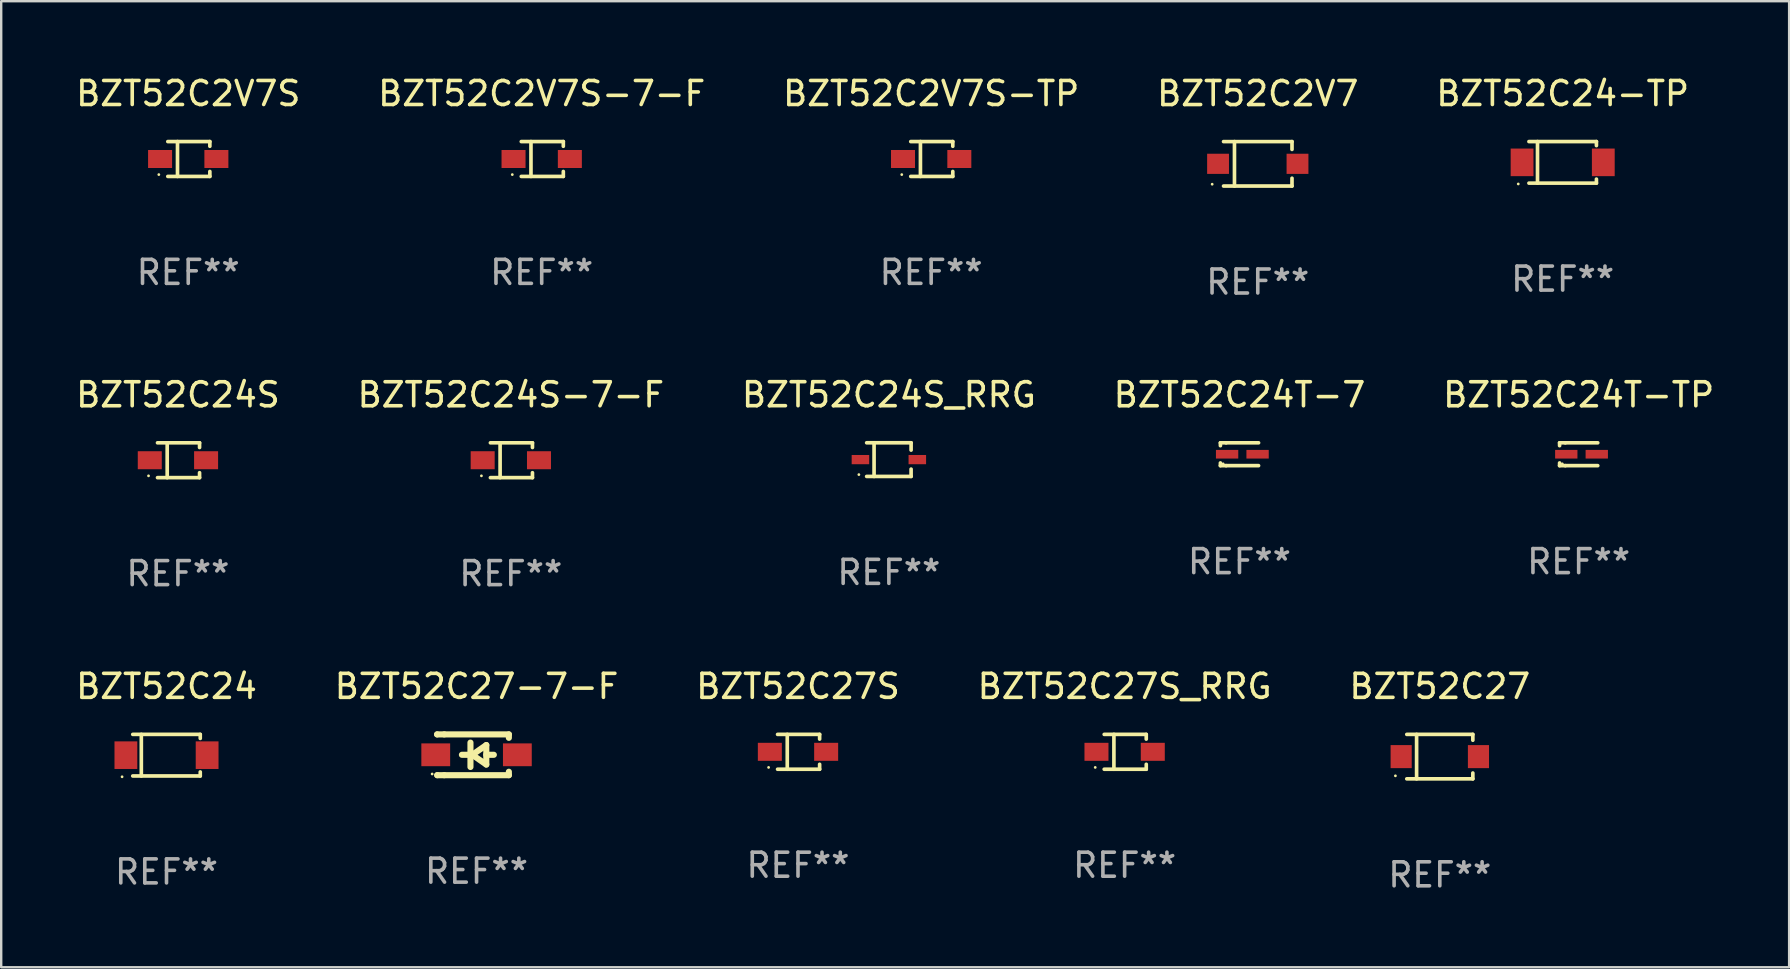
<source format=kicad_pcb>
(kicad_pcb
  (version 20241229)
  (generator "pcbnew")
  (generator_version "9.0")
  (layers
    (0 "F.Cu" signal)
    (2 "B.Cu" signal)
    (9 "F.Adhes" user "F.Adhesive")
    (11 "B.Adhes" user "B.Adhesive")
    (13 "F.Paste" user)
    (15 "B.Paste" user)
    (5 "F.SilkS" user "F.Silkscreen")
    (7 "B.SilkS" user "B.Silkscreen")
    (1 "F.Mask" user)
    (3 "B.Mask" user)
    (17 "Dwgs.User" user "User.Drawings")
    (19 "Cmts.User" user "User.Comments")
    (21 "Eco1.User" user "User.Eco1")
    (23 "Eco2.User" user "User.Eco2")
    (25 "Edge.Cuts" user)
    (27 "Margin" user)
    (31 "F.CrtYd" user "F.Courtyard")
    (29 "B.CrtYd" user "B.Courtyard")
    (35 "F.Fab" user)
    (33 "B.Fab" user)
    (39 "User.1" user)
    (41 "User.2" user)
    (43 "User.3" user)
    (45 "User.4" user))
  (footprint "BZT52C27S"
    (layer "F.Cu")
    (at 30.196 28.272)
    (property "Reference" "BZT52C27S" (at 0 -2.726 0) (layer "F.SilkS") (effects (font (size 1 1) (thickness 0.15))))
    (attr through_hole)
    (fp_line (start -0.851 -0.726) (end 0.901 -0.726) (stroke (width 0.152) (type solid)) (layer "F.SilkS"))
    (fp_line (start -0.851 0.726) (end 0.901 0.726) (stroke (width 0.152) (type solid)) (layer "F.SilkS"))
    (fp_line (start -0.447 -0.726) (end -0.447 0.726) (stroke (width 0.152) (type solid)) (layer "F.SilkS"))
    (fp_line (start 0.901 -0.726) (end 0.901 -0.53) (stroke (width 0.152) (type solid)) (layer "F.SilkS"))
    (fp_line (start 0.901 0.726) (end 0.901 0.52) (stroke (width 0.152) (type solid)) (layer "F.SilkS"))
    (fp_circle (center -1.225 0.65) (end -1.195 0.65) (stroke (width 0.06) (type solid)) (fill no) (layer "F.SilkS"))
    (fp_text user "REF**" (at 0 4.726 0) (layer "F.Fab") (effects (font (size 1 1) (thickness 0.15))))
    (pad "1" smd rect (at -1.173 0) (size 1 0.75) (layers "F.Cu" "F.Mask" "F.Paste"))
    (pad "2" smd rect (at 1.173 0) (size 1 0.75) (layers "F.Cu" "F.Mask" "F.Paste")))
  (footprint "BZT52C27-7-F"
    (layer "F.Cu")
    (at 16.804 28.396)
    (property "Reference" "BZT52C27-7-F" (at 0 -2.85 0) (layer "F.SilkS") (effects (font (size 1 1) (thickness 0.15))))
    (attr through_hole)
    (fp_line (start -1.643 -0.85) (end -1.644 -0.849) (stroke (width 0.254) (type solid)) (layer "F.SilkS"))
    (fp_line (start -1.638 0.85) (end -1.639 0.849) (stroke (width 0.254) (type solid)) (layer "F.SilkS"))
    (fp_line (start -1.346 -0.85) (end -1.643 -0.85) (stroke (width 0.254) (type solid)) (layer "F.SilkS"))
    (fp_line (start -1.346 -0.85) (end 1.346 -0.85) (stroke (width 0.254) (type solid)) (layer "F.SilkS"))
    (fp_line (start -1.346 0.85) (end -1.638 0.85) (stroke (width 0.254) (type solid)) (layer "F.SilkS"))
    (fp_line (start -0.28 0) (end -0.61 0) (stroke (width 0.254) (type solid)) (layer "F.SilkS"))
    (fp_line (start -0.254 -0.508) (end -0.254 0.508) (stroke (width 0.254) (type solid)) (layer "F.SilkS"))
    (fp_line (start -0.178 0) (end 0.406 -0.406) (stroke (width 0.254) (type solid)) (layer "F.SilkS"))
    (fp_line (start 0.406 -0.406) (end 0.406 0.406) (stroke (width 0.254) (type solid)) (layer "F.SilkS"))
    (fp_line (start 0.406 -0.000254) (end 0.72 -0.000254) (stroke (width 0.254) (type solid)) (layer "F.SilkS"))
    (fp_line (start 0.406 0.406) (end -0.178 0) (stroke (width 0.254) (type solid)) (layer "F.SilkS"))
    (fp_line (start 1.346 -0.85) (end 1.346 -0.706) (stroke (width 0.254) (type solid)) (layer "F.SilkS"))
    (fp_line (start 1.346 0.706) (end 1.346 0.85) (stroke (width 0.254) (type solid)) (layer "F.SilkS"))
    (fp_line (start 1.346 0.85) (end -1.346 0.85) (stroke (width 0.254) (type solid)) (layer "F.SilkS"))
    (fp_circle (center -1.85 0.8) (end -1.82 0.8) (stroke (width 0.06) (type solid)) (fill no) (layer "F.SilkS"))
    (fp_text user "REF**" (at 0 4.85 0) (layer "F.Fab") (effects (font (size 1 1) (thickness 0.15))))
    (pad "1" smd rect (at -1.7 0) (size 1.2 0.95) (layers "F.Cu" "F.Mask" "F.Paste"))
    (pad "2" smd rect (at 1.7 0) (size 1.2 0.95) (layers "F.Cu" "F.Mask" "F.Paste")))
  (footprint "BZT52C2V7"
    (layer "F.Cu")
    (at 49.351 3.775)
    (property "Reference" "BZT52C2V7" (at 0 -2.926 0) (layer "F.SilkS") (effects (font (size 1 1) (thickness 0.15))))
    (attr through_hole)
    (fp_line (start -1.426 0.926) (end 1.426 0.926) (stroke (width 0.152) (type solid)) (layer "F.SilkS"))
    (fp_line (start -1.426 -0.926) (end 1.426 -0.926) (stroke (width 0.152) (type solid)) (layer "F.SilkS"))
    (fp_line (start -0.971 0.926) (end -0.971 -0.926) (stroke (width 0.152) (type solid)) (layer "F.SilkS"))
    (fp_line (start 1.426 -0.926) (end 1.426 -0.6) (stroke (width 0.152) (type solid)) (layer "F.SilkS"))
    (fp_line (start 1.426 0.6) (end 1.426 0.926) (stroke (width 0.152) (type solid)) (layer "F.SilkS"))
    (fp_circle (center -1.9 0.85) (end -1.87 0.85) (stroke (width 0.06) (type solid)) (fill no) (layer "F.SilkS"))
    (fp_text user "REF**" (at 0 4.926 0) (layer "F.Fab") (effects (font (size 1 1) (thickness 0.15))))
    (pad "1" smd rect (at -1.655 -0.000064) (size 0.91 0.84) (layers "F.Cu" "F.Mask" "F.Paste"))
    (pad "2" smd rect (at 1.655 -0.000064) (size 0.91 0.84) (layers "F.Cu" "F.Mask" "F.Paste")))
  (footprint "BZT52C27"
    (layer "F.Cu")
    (at 56.935 28.472)
    (property "Reference" "BZT52C27" (at 0 -2.926 0) (layer "F.SilkS") (effects (font (size 1 1) (thickness 0.15))))
    (attr through_hole)
    (fp_line (start -1.376 -0.926) (end 1.376 -0.926) (stroke (width 0.152) (type solid)) (layer "F.SilkS"))
    (fp_line (start -1.376 0.926) (end 1.376 0.926) (stroke (width 0.152) (type solid)) (layer "F.SilkS"))
    (fp_line (start -0.967 -0.926) (end -0.967 0.926) (stroke (width 0.152) (type solid)) (layer "F.SilkS"))
    (fp_line (start 1.376 -0.926) (end 1.376 -0.683) (stroke (width 0.152) (type solid)) (layer "F.SilkS"))
    (fp_line (start 1.376 0.926) (end 1.376 0.683) (stroke (width 0.152) (type solid)) (layer "F.SilkS"))
    (fp_circle (center -1.85 0.8) (end -1.82 0.8) (stroke (width 0.06) (type solid)) (fill no) (layer "F.SilkS"))
    (fp_text user "REF**" (at 0 4.926 0) (layer "F.Fab") (effects (font (size 1 1) (thickness 0.15))))
    (pad "1" smd rect (at -1.61 0) (size 0.88 0.96) (layers "F.Cu" "F.Mask" "F.Paste"))
    (pad "2" smd rect (at 1.61 0) (size 0.88 0.96) (layers "F.Cu" "F.Mask" "F.Paste")))
  (footprint "BZT52C24S-7-F"
    (layer "F.Cu")
    (at 18.232 16.124)
    (property "Reference" "BZT52C24S-7-F" (at 0 -2.726 0) (layer "F.SilkS") (effects (font (size 1 1) (thickness 0.15))))
    (attr through_hole)
    (fp_line (start -0.851 -0.726) (end 0.901 -0.726) (stroke (width 0.152) (type solid)) (layer "F.SilkS"))
    (fp_line (start -0.851 0.726) (end 0.901 0.726) (stroke (width 0.152) (type solid)) (layer "F.SilkS"))
    (fp_line (start -0.447 -0.726) (end -0.447 0.726) (stroke (width 0.152) (type solid)) (layer "F.SilkS"))
    (fp_line (start 0.901 -0.726) (end 0.901 -0.53) (stroke (width 0.152) (type solid)) (layer "F.SilkS"))
    (fp_line (start 0.901 0.726) (end 0.901 0.52) (stroke (width 0.152) (type solid)) (layer "F.SilkS"))
    (fp_circle (center -1.225 0.65) (end -1.195 0.65) (stroke (width 0.06) (type solid)) (fill no) (layer "F.SilkS"))
    (fp_text user "REF**" (at 0 4.726 0) (layer "F.Fab") (effects (font (size 1 1) (thickness 0.15))))
    (pad "1" smd rect (at -1.173 0) (size 1 0.75) (layers "F.Cu" "F.Mask" "F.Paste"))
    (pad "2" smd rect (at 1.173 0) (size 1 0.75) (layers "F.Cu" "F.Mask" "F.Paste")))
  (footprint "BZT52C2V7S-7-F"
    (layer "F.Cu")
    (at 19.518 3.574)
    (property "Reference" "BZT52C2V7S-7-F" (at 0 -2.726 0) (layer "F.SilkS") (effects (font (size 1 1) (thickness 0.15))))
    (attr through_hole)
    (fp_line (start -0.851 -0.726) (end 0.901 -0.726) (stroke (width 0.152) (type solid)) (layer "F.SilkS"))
    (fp_line (start -0.851 0.726) (end 0.901 0.726) (stroke (width 0.152) (type solid)) (layer "F.SilkS"))
    (fp_line (start -0.447 -0.726) (end -0.447 0.726) (stroke (width 0.152) (type solid)) (layer "F.SilkS"))
    (fp_line (start 0.901 -0.726) (end 0.901 -0.53) (stroke (width 0.152) (type solid)) (layer "F.SilkS"))
    (fp_line (start 0.901 0.726) (end 0.901 0.52) (stroke (width 0.152) (type solid)) (layer "F.SilkS"))
    (fp_circle (center -1.225 0.65) (end -1.195 0.65) (stroke (width 0.06) (type solid)) (fill no) (layer "F.SilkS"))
    (fp_text user "REF**" (at 0 4.726 0) (layer "F.Fab") (effects (font (size 1 1) (thickness 0.15))))
    (pad "1" smd rect (at -1.173 0) (size 1 0.75) (layers "F.Cu" "F.Mask" "F.Paste"))
    (pad "2" smd rect (at 1.173 0) (size 1 0.75) (layers "F.Cu" "F.Mask" "F.Paste")))
  (footprint "BZT52C24"
    (layer "F.Cu")
    (at 3.887 28.412)
    (property "Reference" "BZT52C24" (at 0 -2.866 0) (layer "F.SilkS") (effects (font (size 1 1) (thickness 0.15))))
    (attr through_hole)
    (fp_line (start -1.406 -0.866) (end 1.406 -0.866) (stroke (width 0.152) (type solid)) (layer "F.SilkS"))
    (fp_line (start -1.406 0.866) (end 1.406 0.866) (stroke (width 0.152) (type solid)) (layer "F.SilkS"))
    (fp_line (start -1.049 -0.866) (end -1.049 0.866) (stroke (width 0.152) (type solid)) (layer "F.SilkS"))
    (fp_line (start 1.406 -0.866) (end 1.406 -0.698) (stroke (width 0.152) (type solid)) (layer "F.SilkS"))
    (fp_line (start 1.406 0.866) (end 1.406 0.698) (stroke (width 0.152) (type solid)) (layer "F.SilkS"))
    (fp_circle (center -1.851 0.9) (end -1.821 0.9) (stroke (width 0.06) (type solid)) (fill no) (layer "F.SilkS"))
    (fp_text user "REF**" (at 0 4.866 0) (layer "F.Fab") (effects (font (size 1 1) (thickness 0.15))))
    (pad "1" smd rect (at -1.692 0) (size 0.95 1.15) (layers "F.Cu" "F.Mask" "F.Paste"))
    (pad "2" smd rect (at 1.692 0) (size 0.95 1.15) (layers "F.Cu" "F.Mask" "F.Paste")))
  (footprint "BZT52C24-TP"
    (layer "F.Cu")
    (at 62.054 3.714)
    (property "Reference" "BZT52C24-TP" (at 0 -2.866 0) (layer "F.SilkS") (effects (font (size 1 1) (thickness 0.15))))
    (attr through_hole)
    (fp_line (start -1.406 -0.866) (end 1.406 -0.866) (stroke (width 0.152) (type solid)) (layer "F.SilkS"))
    (fp_line (start -1.406 0.866) (end 1.406 0.866) (stroke (width 0.152) (type solid)) (layer "F.SilkS"))
    (fp_line (start -1.049 -0.866) (end -1.049 0.866) (stroke (width 0.152) (type solid)) (layer "F.SilkS"))
    (fp_line (start 1.406 -0.866) (end 1.406 -0.698) (stroke (width 0.152) (type solid)) (layer "F.SilkS"))
    (fp_line (start 1.406 0.866) (end 1.406 0.698) (stroke (width 0.152) (type solid)) (layer "F.SilkS"))
    (fp_circle (center -1.851 0.9) (end -1.821 0.9) (stroke (width 0.06) (type solid)) (fill no) (layer "F.SilkS"))
    (fp_text user "REF**" (at 0 4.866 0) (layer "F.Fab") (effects (font (size 1 1) (thickness 0.15))))
    (pad "1" smd rect (at -1.692 0) (size 0.95 1.15) (layers "F.Cu" "F.Mask" "F.Paste"))
    (pad "2" smd rect (at 1.692 0) (size 0.95 1.15) (layers "F.Cu" "F.Mask" "F.Paste")))
  (footprint "BZT52C2V7S-TP"
    (layer "F.Cu")
    (at 35.744 3.574)
    (property "Reference" "BZT52C2V7S-TP" (at 0 -2.726 0) (layer "F.SilkS") (effects (font (size 1 1) (thickness 0.15))))
    (attr through_hole)
    (fp_line (start -0.851 -0.726) (end 0.901 -0.726) (stroke (width 0.152) (type solid)) (layer "F.SilkS"))
    (fp_line (start -0.851 0.726) (end 0.901 0.726) (stroke (width 0.152) (type solid)) (layer "F.SilkS"))
    (fp_line (start -0.447 -0.726) (end -0.447 0.726) (stroke (width 0.152) (type solid)) (layer "F.SilkS"))
    (fp_line (start 0.901 -0.726) (end 0.901 -0.53) (stroke (width 0.152) (type solid)) (layer "F.SilkS"))
    (fp_line (start 0.901 0.726) (end 0.901 0.52) (stroke (width 0.152) (type solid)) (layer "F.SilkS"))
    (fp_circle (center -1.225 0.65) (end -1.195 0.65) (stroke (width 0.06) (type solid)) (fill no) (layer "F.SilkS"))
    (fp_text user "REF**" (at 0 4.726 0) (layer "F.Fab") (effects (font (size 1 1) (thickness 0.15))))
    (pad "1" smd rect (at -1.173 0) (size 1 0.75) (layers "F.Cu" "F.Mask" "F.Paste"))
    (pad "2" smd rect (at 1.173 0) (size 1 0.75) (layers "F.Cu" "F.Mask" "F.Paste")))
  (footprint "BZT52C2V7S"
    (layer "F.Cu")
    (at 4.792 3.574)
    (property "Reference" "BZT52C2V7S" (at 0 -2.726 0) (layer "F.SilkS") (effects (font (size 1 1) (thickness 0.15))))
    (attr through_hole)
    (fp_line (start -0.851 -0.726) (end 0.901 -0.726) (stroke (width 0.152) (type solid)) (layer "F.SilkS"))
    (fp_line (start -0.851 0.726) (end 0.901 0.726) (stroke (width 0.152) (type solid)) (layer "F.SilkS"))
    (fp_line (start -0.447 -0.726) (end -0.447 0.726) (stroke (width 0.152) (type solid)) (layer "F.SilkS"))
    (fp_line (start 0.901 -0.726) (end 0.901 -0.53) (stroke (width 0.152) (type solid)) (layer "F.SilkS"))
    (fp_line (start 0.901 0.726) (end 0.901 0.52) (stroke (width 0.152) (type solid)) (layer "F.SilkS"))
    (fp_circle (center -1.225 0.65) (end -1.195 0.65) (stroke (width 0.06) (type solid)) (fill no) (layer "F.SilkS"))
    (fp_text user "REF**" (at 0 4.726 0) (layer "F.Fab") (effects (font (size 1 1) (thickness 0.15))))
    (pad "1" smd rect (at -1.173 0) (size 1 0.75) (layers "F.Cu" "F.Mask" "F.Paste"))
    (pad "2" smd rect (at 1.173 0) (size 1 0.75) (layers "F.Cu" "F.Mask" "F.Paste")))
  (footprint "BZT52C27S_RRG"
    (layer "F.Cu")
    (at 43.804 28.272)
    (property "Reference" "BZT52C27S_RRG" (at 0 -2.726 0) (layer "F.SilkS") (effects (font (size 1 1) (thickness 0.15))))
    (attr through_hole)
    (fp_line (start -0.851 -0.726) (end 0.901 -0.726) (stroke (width 0.152) (type solid)) (layer "F.SilkS"))
    (fp_line (start -0.851 0.726) (end 0.901 0.726) (stroke (width 0.152) (type solid)) (layer "F.SilkS"))
    (fp_line (start -0.447 -0.726) (end -0.447 0.726) (stroke (width 0.152) (type solid)) (layer "F.SilkS"))
    (fp_line (start 0.901 -0.726) (end 0.901 -0.53) (stroke (width 0.152) (type solid)) (layer "F.SilkS"))
    (fp_line (start 0.901 0.726) (end 0.901 0.52) (stroke (width 0.152) (type solid)) (layer "F.SilkS"))
    (fp_circle (center -1.225 0.65) (end -1.195 0.65) (stroke (width 0.06) (type solid)) (fill no) (layer "F.SilkS"))
    (fp_text user "REF**" (at 0 4.726 0) (layer "F.Fab") (effects (font (size 1 1) (thickness 0.15))))
    (pad "1" smd rect (at -1.173 0) (size 1 0.75) (layers "F.Cu" "F.Mask" "F.Paste"))
    (pad "2" smd rect (at 1.173 0) (size 1 0.75) (layers "F.Cu" "F.Mask" "F.Paste")))
  (footprint "BZT52C24S_RRG"
    (layer "F.Cu")
    (at 33.982 16.098)
    (property "Reference" "BZT52C24S_RRG" (at 0 -2.701 0) (layer "F.SilkS") (effects (font (size 1 1) (thickness 0.15))))
    (attr through_hole)
    (fp_line (start -0.926 -0.701) (end 0.926 -0.701) (stroke (width 0.152) (type solid)) (layer "F.SilkS"))
    (fp_line (start -0.926 0.701) (end 0.926 0.701) (stroke (width 0.152) (type solid)) (layer "F.SilkS"))
    (fp_line (start -0.617 -0.701) (end -0.617 0.701) (stroke (width 0.152) (type solid)) (layer "F.SilkS"))
    (fp_line (start 0.926 -0.701) (end 0.926 -0.396) (stroke (width 0.152) (type solid)) (layer "F.SilkS"))
    (fp_line (start 0.926 0.701) (end 0.926 0.396) (stroke (width 0.152) (type solid)) (layer "F.SilkS"))
    (fp_circle (center -1.25 0.625) (end -1.22 0.625) (stroke (width 0.06) (type solid)) (fill no) (layer "F.SilkS"))
    (fp_text user "REF**" (at 0 4.701 0) (layer "F.Fab") (effects (font (size 1 1) (thickness 0.15))))
    (pad "1" smd rect (at -1.185 0 180) (size 0.73 0.385) (layers "F.Cu" "F.Mask" "F.Paste"))
    (pad "2" smd rect (at 1.185 0 180) (size 0.73 0.385) (layers "F.Cu" "F.Mask" "F.Paste")))
  (footprint "BZT52C24T-7"
    (layer "F.Cu")
    (at 48.589 15.874)
    (property "Reference" "BZT52C24T-7" (at 0 -2.476 0) (layer "F.SilkS") (effects (font (size 1 1) (thickness 0.15))))
    (attr through_hole)
    (fp_line (start -0.795 -0.476) (end -0.795 -0.356) (stroke (width 0.152) (type solid)) (layer "F.SilkS"))
    (fp_line (start -0.795 0.363) (end -0.795 0.476) (stroke (width 0.152) (type solid)) (layer "F.SilkS"))
    (fp_line (start -0.795 0.476) (end -0.557 0.476) (stroke (width 0.152) (type solid)) (layer "F.SilkS"))
    (fp_line (start -0.557 -0.476) (end -0.795 -0.476) (stroke (width 0.152) (type solid)) (layer "F.SilkS"))
    (fp_line (start -0.557 -0.476) (end 0.795 -0.476) (stroke (width 0.152) (type solid)) (layer "F.SilkS"))
    (fp_line (start -0.557 0.476) (end 0.795 0.476) (stroke (width 0.152) (type solid)) (layer "F.SilkS"))
    (fp_circle (center -0.681 0.4) (end -0.651 0.4) (stroke (width 0.06) (type solid)) (fill no) (layer "F.SilkS"))
    (fp_text user "REF**" (at 0 4.476 0) (layer "F.Fab") (effects (font (size 1 1) (thickness 0.15))))
    (pad "1" smd rect (at -0.516 0 180) (size 0.93 0.36) (layers "F.Cu" "F.Mask" "F.Paste"))
    (pad "2" smd rect (at 0.754 0 180) (size 0.93 0.36) (layers "F.Cu" "F.Mask" "F.Paste")))
  (footprint "BZT52C24S"
    (layer "F.Cu")
    (at 4.363 16.124)
    (property "Reference" "BZT52C24S" (at 0 -2.726 0) (layer "F.SilkS") (effects (font (size 1 1) (thickness 0.15))))
    (attr through_hole)
    (fp_line (start -0.851 -0.726) (end 0.901 -0.726) (stroke (width 0.152) (type solid)) (layer "F.SilkS"))
    (fp_line (start -0.851 0.726) (end 0.901 0.726) (stroke (width 0.152) (type solid)) (layer "F.SilkS"))
    (fp_line (start -0.447 -0.726) (end -0.447 0.726) (stroke (width 0.152) (type solid)) (layer "F.SilkS"))
    (fp_line (start 0.901 -0.726) (end 0.901 -0.53) (stroke (width 0.152) (type solid)) (layer "F.SilkS"))
    (fp_line (start 0.901 0.726) (end 0.901 0.52) (stroke (width 0.152) (type solid)) (layer "F.SilkS"))
    (fp_circle (center -1.225 0.65) (end -1.195 0.65) (stroke (width 0.06) (type solid)) (fill no) (layer "F.SilkS"))
    (fp_text user "REF**" (at 0 4.726 0) (layer "F.Fab") (effects (font (size 1 1) (thickness 0.15))))
    (pad "1" smd rect (at -1.173 0) (size 1 0.75) (layers "F.Cu" "F.Mask" "F.Paste"))
    (pad "2" smd rect (at 1.173 0) (size 1 0.75) (layers "F.Cu" "F.Mask" "F.Paste")))
  (footprint "BZT52C24T-TP"
    (layer "F.Cu")
    (at 62.72 15.874)
    (property "Reference" "BZT52C24T-TP" (at 0 -2.476 0) (layer "F.SilkS") (effects (font (size 1 1) (thickness 0.15))))
    (attr through_hole)
    (fp_line (start -0.795 -0.476) (end -0.795 -0.356) (stroke (width 0.152) (type solid)) (layer "F.SilkS"))
    (fp_line (start -0.795 0.363) (end -0.795 0.476) (stroke (width 0.152) (type solid)) (layer "F.SilkS"))
    (fp_line (start -0.795 0.476) (end -0.557 0.476) (stroke (width 0.152) (type solid)) (layer "F.SilkS"))
    (fp_line (start -0.557 -0.476) (end -0.795 -0.476) (stroke (width 0.152) (type solid)) (layer "F.SilkS"))
    (fp_line (start -0.557 -0.476) (end 0.795 -0.476) (stroke (width 0.152) (type solid)) (layer "F.SilkS"))
    (fp_line (start -0.557 0.476) (end 0.795 0.476) (stroke (width 0.152) (type solid)) (layer "F.SilkS"))
    (fp_circle (center -0.681 0.4) (end -0.651 0.4) (stroke (width 0.06) (type solid)) (fill no) (layer "F.SilkS"))
    (fp_text user "REF**" (at 0 4.476 0) (layer "F.Fab") (effects (font (size 1 1) (thickness 0.15))))
    (pad "1" smd rect (at -0.516 0 180) (size 0.93 0.36) (layers "F.Cu" "F.Mask" "F.Paste"))
    (pad "2" smd rect (at 0.754 0 180) (size 0.93 0.36) (layers "F.Cu" "F.Mask" "F.Paste")))
  (gr_rect
    (start -3 -3)
    (end 71.488 37.247)
    (stroke (width 0.1) (type default))
    (fill no)
    (layer "Edge.Cuts")))
</source>
